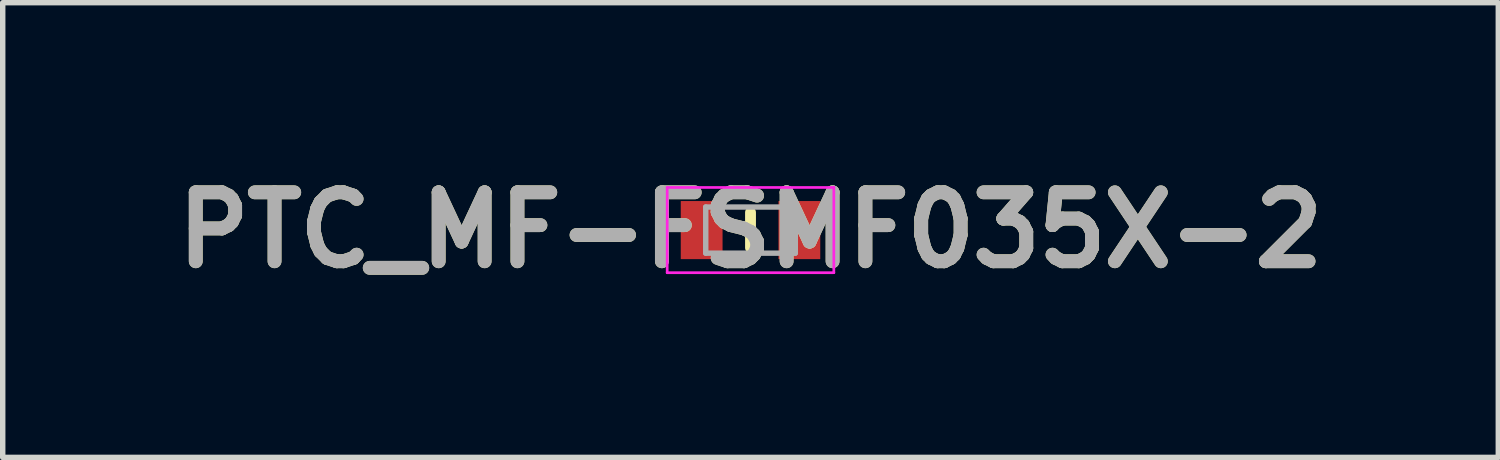
<source format=kicad_pcb>
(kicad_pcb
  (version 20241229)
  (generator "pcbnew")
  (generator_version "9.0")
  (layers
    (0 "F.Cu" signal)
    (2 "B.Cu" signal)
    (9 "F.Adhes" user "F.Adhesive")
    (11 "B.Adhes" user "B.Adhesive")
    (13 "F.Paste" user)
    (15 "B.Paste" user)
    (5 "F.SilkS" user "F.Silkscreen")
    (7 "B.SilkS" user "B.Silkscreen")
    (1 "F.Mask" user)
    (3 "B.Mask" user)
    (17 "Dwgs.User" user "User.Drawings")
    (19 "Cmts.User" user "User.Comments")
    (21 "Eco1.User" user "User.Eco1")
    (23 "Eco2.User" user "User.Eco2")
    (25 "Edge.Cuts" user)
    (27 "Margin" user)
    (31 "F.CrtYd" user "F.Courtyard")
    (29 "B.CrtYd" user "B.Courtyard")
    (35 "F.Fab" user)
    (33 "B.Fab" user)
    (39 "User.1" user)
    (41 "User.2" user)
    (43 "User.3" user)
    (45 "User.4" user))
  (footprint "PTC_MF-FSMF035X-2"
    (layer "F.Cu")
    (at 10.777 1.189)
    (property "Reference" "PTC_MF-FSMF035X-2" (at 0 0 0) (layer "F.SilkS") (effects (font (size 1.27 1.27) (thickness 0.254))))
    (attr smd)
    (fp_line (start 0 -0.325) (end 0 0.325) (stroke (width 0.2) (type solid)) (layer "F.SilkS"))
    (fp_line (start -1.535 -0.785) (end 1.535 -0.785) (stroke (width 0.05) (type solid)) (layer "F.CrtYd"))
    (fp_line (start -1.535 0.785) (end -1.535 -0.785) (stroke (width 0.05) (type solid)) (layer "F.CrtYd"))
    (fp_line (start 1.535 -0.785) (end 1.535 0.785) (stroke (width 0.05) (type solid)) (layer "F.CrtYd"))
    (fp_line (start 1.535 0.785) (end -1.535 0.785) (stroke (width 0.05) (type solid)) (layer "F.CrtYd"))
    (fp_line (start -0.825 -0.425) (end 0.825 -0.425) (stroke (width 0.1) (type solid)) (layer "F.Fab"))
    (fp_line (start -0.825 0.425) (end -0.825 -0.425) (stroke (width 0.1) (type solid)) (layer "F.Fab"))
    (fp_line (start 0.825 -0.425) (end 0.825 0.425) (stroke (width 0.1) (type solid)) (layer "F.Fab"))
    (fp_line (start 0.825 0.425) (end -0.825 0.425) (stroke (width 0.1) (type solid)) (layer "F.Fab"))
    (fp_text user "${REFERENCE}" (at 0 0 0) (layer "F.Fab") (effects (font (size 1.27 1.27) (thickness 0.254))))
    (pad "1" smd rect (at -0.9 0) (size 0.77 1.07) (layers "F.Cu" "F.Mask" "F.Paste"))
    (pad "2" smd rect (at 0.9 0) (size 0.77 1.07) (layers "F.Cu" "F.Mask" "F.Paste")))
  (gr_rect
    (start -3 -3)
    (end 24.554 5.377)
    (stroke (width 0.1) (type default))
    (fill no)
    (layer "Edge.Cuts")))
</source>
